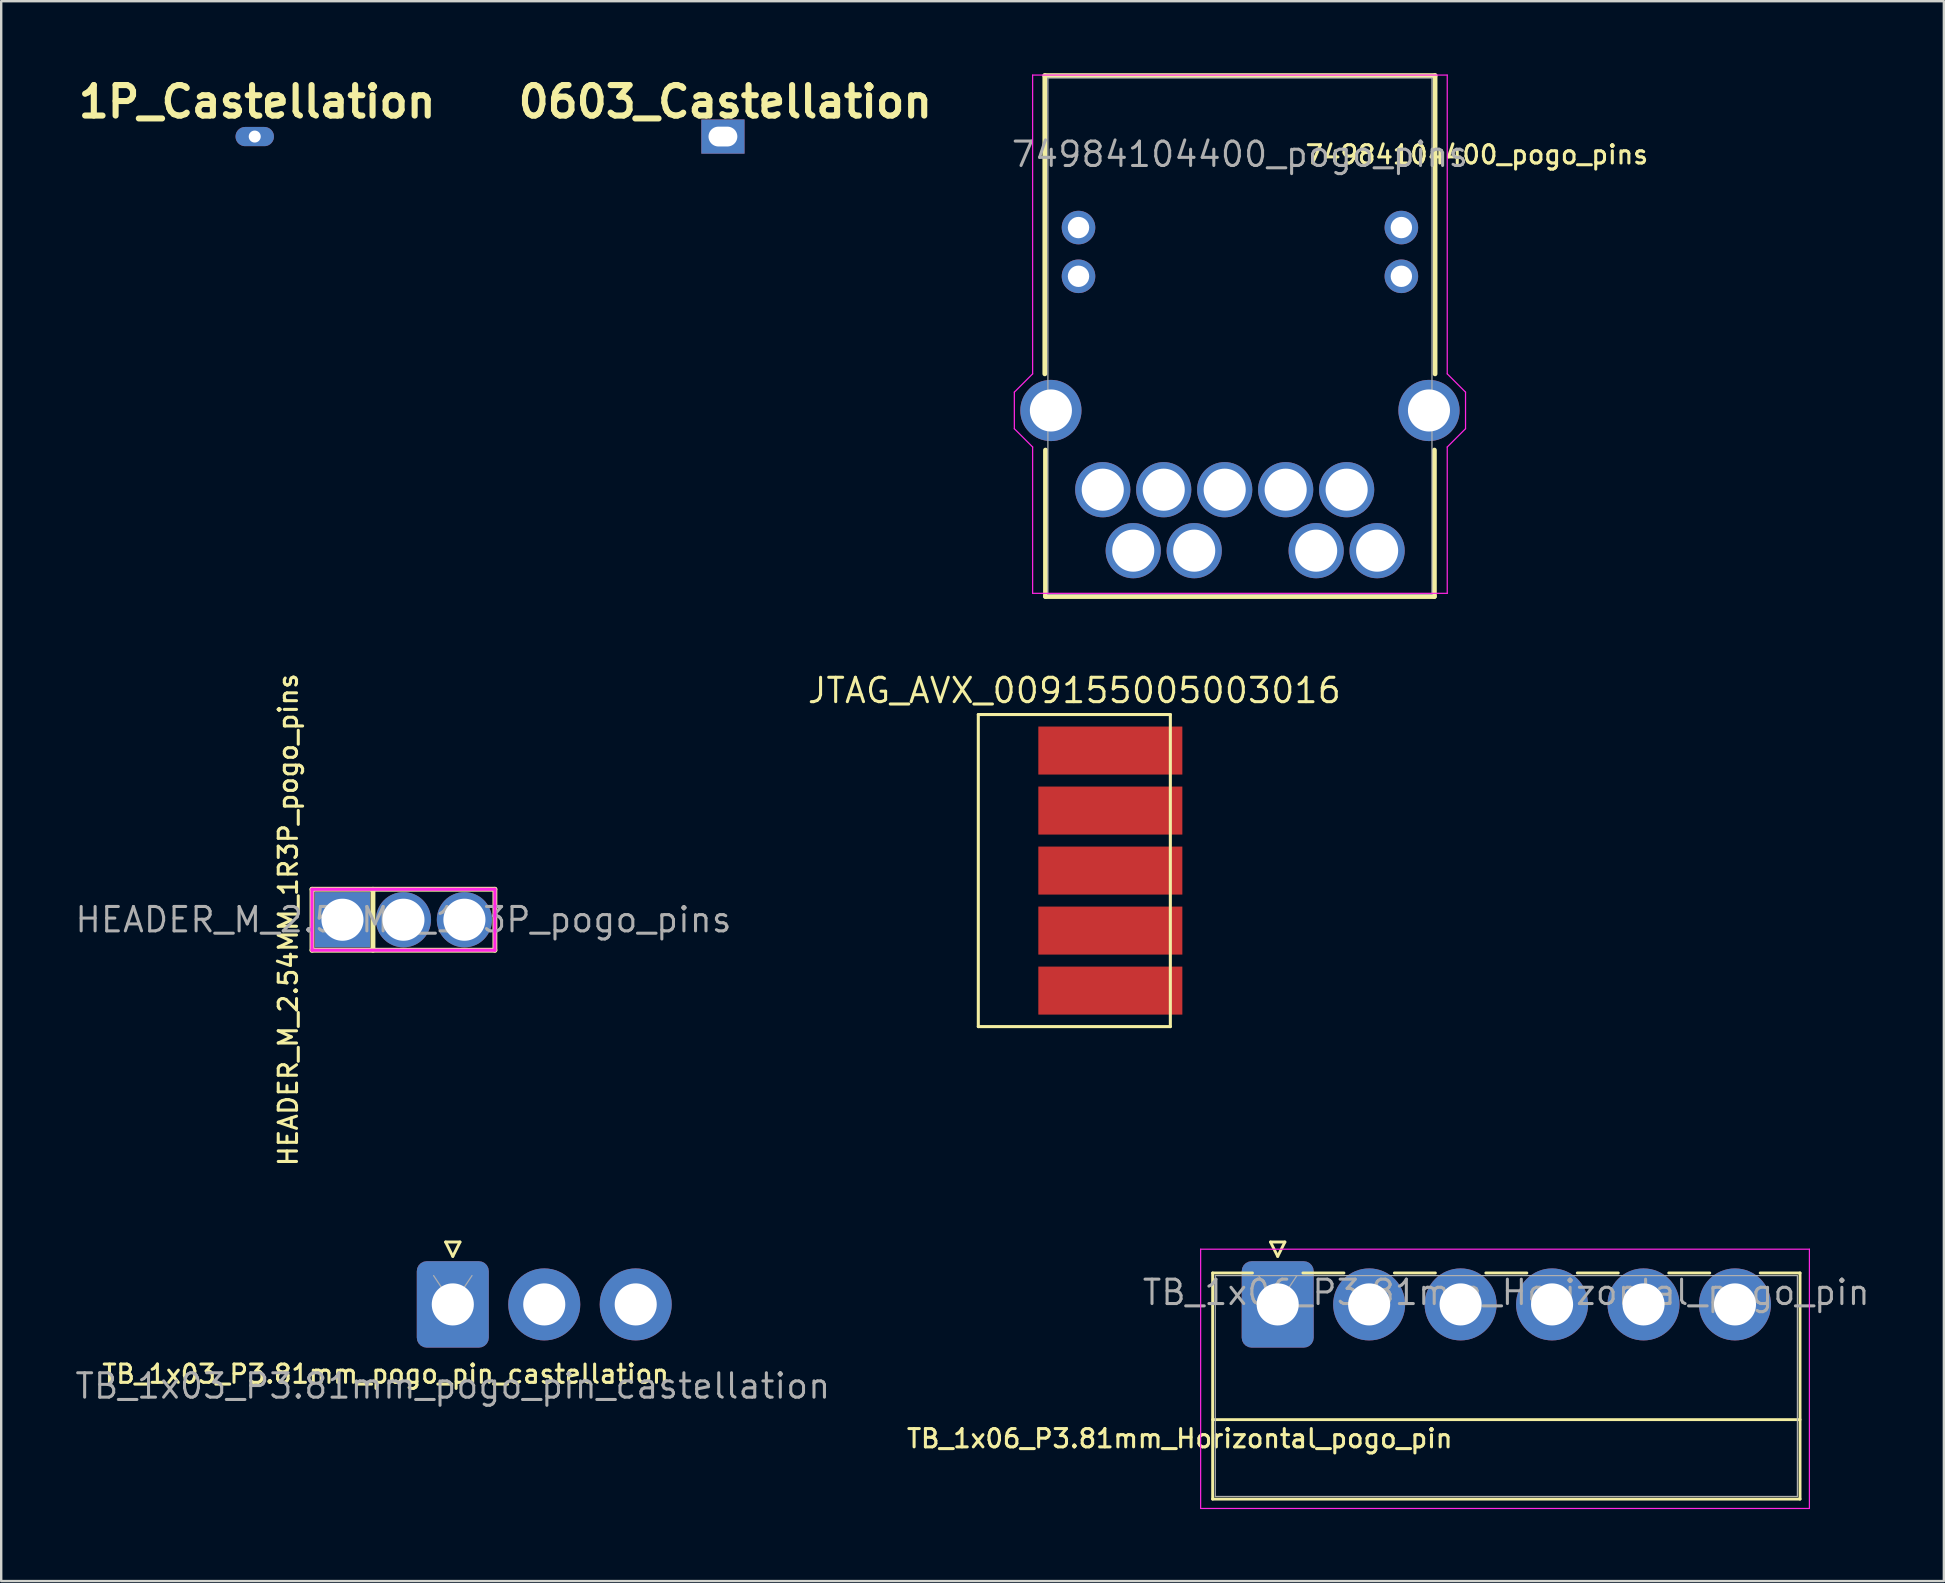
<source format=kicad_pcb>
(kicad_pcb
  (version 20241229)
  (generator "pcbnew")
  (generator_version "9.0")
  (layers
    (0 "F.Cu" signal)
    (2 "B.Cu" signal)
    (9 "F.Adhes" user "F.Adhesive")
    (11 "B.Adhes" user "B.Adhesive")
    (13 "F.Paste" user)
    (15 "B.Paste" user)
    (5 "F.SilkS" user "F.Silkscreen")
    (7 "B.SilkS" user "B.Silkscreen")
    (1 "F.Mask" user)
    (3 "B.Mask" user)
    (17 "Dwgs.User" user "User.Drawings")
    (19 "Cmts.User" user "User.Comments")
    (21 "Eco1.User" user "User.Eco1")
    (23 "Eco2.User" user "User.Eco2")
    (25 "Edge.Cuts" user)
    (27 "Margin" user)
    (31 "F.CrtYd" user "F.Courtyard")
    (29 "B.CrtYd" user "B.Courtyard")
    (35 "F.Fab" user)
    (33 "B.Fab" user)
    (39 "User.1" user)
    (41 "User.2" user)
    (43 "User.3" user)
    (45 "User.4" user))
  (footprint "74984104400_pogo_pins"
    (layer "F.Cu")
    (at 48.604 11)
    (property "Reference" "74984104400_pogo_pins" (at 9.87 -7.16 180) (layer "F.SilkS") (effects (font (size 0.762 0.762) (thickness 0.127)) (justify bottom)))
    (attr through_hole)
    (fp_line (start -8.128 -10.9) (end -8.128 1.524) (stroke (width 0.2) (type solid)) (layer "F.SilkS"))
    (fp_line (start -8.128 -10.9) (end 8.128 -10.9) (stroke (width 0.2) (type solid)) (layer "F.SilkS"))
    (fp_line (start -8.1 4.7) (end -8.1 10.8) (stroke (width 0.2) (type solid)) (layer "F.SilkS"))
    (fp_line (start -8.1 10.8) (end 8.1 10.8) (stroke (width 0.2) (type solid)) (layer "F.SilkS"))
    (fp_line (start 8.1 10.8) (end 8.1 4.7) (stroke (width 0.2) (type solid)) (layer "F.SilkS"))
    (fp_line (start 8.128 -10.9) (end 8.128 1.524) (stroke (width 0.2) (type solid)) (layer "F.SilkS"))
    (fp_line (start -9.398 2.286) (end -9.398 3.81) (stroke (width 0.051) (type solid)) (layer "F.CrtYd"))
    (fp_line (start -9.398 3.81) (end -8.636 4.572) (stroke (width 0.051) (type solid)) (layer "F.CrtYd"))
    (fp_line (start -8.636 -10.922) (end 8.636 -10.922) (stroke (width 0.051) (type solid)) (layer "F.CrtYd"))
    (fp_line (start -8.636 1.524) (end -9.398 2.286) (stroke (width 0.051) (type solid)) (layer "F.CrtYd"))
    (fp_line (start -8.636 1.524) (end -8.636 -10.922) (stroke (width 0.051) (type solid)) (layer "F.CrtYd"))
    (fp_line (start -8.636 4.572) (end -8.636 10.668) (stroke (width 0.051) (type solid)) (layer "F.CrtYd"))
    (fp_line (start 8.636 -10.922) (end 8.636 1.524) (stroke (width 0.051) (type solid)) (layer "F.CrtYd"))
    (fp_line (start 8.636 1.524) (end 9.398 2.286) (stroke (width 0.051) (type solid)) (layer "F.CrtYd"))
    (fp_line (start 8.636 4.572) (end 8.636 10.668) (stroke (width 0.051) (type solid)) (layer "F.CrtYd"))
    (fp_line (start 8.636 10.668) (end -8.636 10.668) (stroke (width 0.051) (type solid)) (layer "F.CrtYd"))
    (fp_line (start 9.398 2.286) (end 9.398 3.81) (stroke (width 0.051) (type solid)) (layer "F.CrtYd"))
    (fp_line (start 9.398 3.81) (end 8.636 4.572) (stroke (width 0.051) (type solid)) (layer "F.CrtYd"))
    (fp_line (start -8 -10.8) (end 8 -10.8) (stroke (width 0.051) (type solid)) (layer "F.Fab"))
    (fp_line (start -8 10.7) (end -8 -10.8) (stroke (width 0.051) (type solid)) (layer "F.Fab"))
    (fp_line (start 8 -10.8) (end 8 10.7) (stroke (width 0.051) (type solid)) (layer "F.Fab"))
    (fp_line (start 8 10.7) (end -8 10.7) (stroke (width 0.051) (type solid)) (layer "F.Fab"))
    (fp_text user "${REFERENCE}" (at 0 -7.62 180) (layer "F.Fab") (effects (font (size 1.016 1.016) (thickness 0.127))))
    (pad "1" thru_hole circle (at -5.715 6.35) (size 2.3 2.3) (drill 1.753) (layers "*.Cu" "*.Mask"))
    (pad "2" thru_hole circle (at -4.445 8.89) (size 2.3 2.3) (drill 1.753) (layers "*.Cu" "*.Mask"))
    (pad "3" thru_hole circle (at -3.175 6.35) (size 2.3 2.3) (drill 1.753) (layers "*.Cu" "*.Mask"))
    (pad "4" thru_hole circle (at -1.905 8.89) (size 2.3 2.3) (drill 1.753) (layers "*.Cu" "*.Mask"))
    (pad "5" thru_hole circle (at -0.635 6.35) (size 2.3 2.3) (drill 1.753) (layers "*.Cu" "*.Mask"))
    (pad "7" thru_hole circle (at 1.905 6.35) (size 2.3 2.3) (drill 1.753) (layers "*.Cu" "*.Mask"))
    (pad "8" thru_hole circle (at 3.175 8.89) (size 2.3 2.3) (drill 1.753) (layers "*.Cu" "*.Mask"))
    (pad "9" thru_hole circle (at 4.445 6.35) (size 2.3 2.3) (drill 1.753) (layers "*.Cu" "*.Mask"))
    (pad "10" thru_hole circle (at 5.715 8.89) (size 2.3 2.3) (drill 1.753) (layers "*.Cu" "*.Mask"))
    (pad "11" thru_hole circle (at -6.725 -2.54) (size 1.398 1.398) (drill 0.89) (layers "*.Cu" "*.Mask"))
    (pad "12" thru_hole circle (at -6.725 -4.57) (size 1.398 1.398) (drill 0.89) (layers "*.Cu" "*.Mask"))
    (pad "13" thru_hole circle (at 6.725 -2.54) (size 1.398 1.398) (drill 0.89) (layers "*.Cu" "*.Mask"))
    (pad "14" thru_hole circle (at 6.725 -4.57) (size 1.398 1.398) (drill 0.89) (layers "*.Cu" "*.Mask"))
    (pad "15" thru_hole circle (at -7.875 3.05) (size 2.55 2.55) (drill 1.753) (layers "*.Cu" "*.Mask"))
    (pad "16" thru_hole circle (at 7.875 3.05) (size 2.55 2.55) (drill 1.753) (layers "*.Cu" "*.Mask")))
  (footprint "0603_Castellation"
    (layer "F.Cu")
    (at 27.066 2.639)
    (property "Reference" "0603_Castellation" (at 0.1 -1.45 180) (layer "F.SilkS") (effects (font (size 1.27 1.27) (thickness 0.254))))
    (attr smd)
    (pad "1" thru_hole rect (at 0 0 90) (size 1.425 1.8) (drill oval 0.825 1.2) (layers "*.Cu" "*.Mask")))
  (footprint "1P_Castellation"
    (layer "F.Cu")
    (at 7.562 2.639)
    (property "Reference" "1P_Castellation" (at 0.1 -1.45 180) (layer "F.SilkS") (effects (font (size 1.27 1.27) (thickness 0.254))))
    (attr smd)
    (pad "1" thru_hole oval (at 0 0 90) (size 0.8 1.6) (drill 0.5) (layers "*.Cu" "*.Mask")))
  (footprint "JTAG_AVX_009155005003016"
    (layer "F.Cu")
    (at 41.705 33.217)
    (property "Reference" "JTAG_AVX_009155005003016" (at 0 -7.5 0) (layer "F.SilkS") (effects (font (size 1.016 1.016) (thickness 0.127))))
    (attr exclude_from_pos_files exclude_from_bom)
    (fp_line (start -4 -6.5) (end -4 6.5) (stroke (width 0.127) (type solid)) (layer "F.SilkS"))
    (fp_line (start -4 6.5) (end 4 6.5) (stroke (width 0.127) (type solid)) (layer "F.SilkS"))
    (fp_line (start 4 -6.5) (end -4 -6.5) (stroke (width 0.127) (type solid)) (layer "F.SilkS"))
    (fp_line (start 4 6.5) (end 4 -6.5) (stroke (width 0.127) (type solid)) (layer "F.SilkS"))
    (pad "1" smd rect (at 1.5 -5) (size 6 2) (layers "F.Cu" "F.Mask" "F.Paste"))
    (pad "2" smd rect (at 1.5 -2.5) (size 6 2) (layers "F.Cu" "F.Mask" "F.Paste"))
    (pad "3" smd rect (at 1.5 0) (size 6 2) (layers "F.Cu" "F.Mask" "F.Paste"))
    (pad "4" smd rect (at 1.5 2.5) (size 6 2) (layers "F.Cu" "F.Mask" "F.Paste"))
    (pad "5" smd rect (at 1.5 5) (size 6 2) (layers "F.Cu" "F.Mask" "F.Paste")))
  (footprint "TB_1x03_P3.81mm_pogo_pin_castellation"
    (layer "F.Cu")
    (at 15.813 51.29)
    (property "Reference" "TB_1x03_P3.81mm_pogo_pin_castellation" (at -2.8 2.9 180) (layer "F.SilkS") (effects (font (size 0.762 0.762) (thickness 0.127))))
    (attr through_hole)
    (fp_line (start -0.3 -2.6) (end 0.3 -2.6) (stroke (width 0.12) (type solid)) (layer "F.SilkS"))
    (fp_line (start 0 -2) (end -0.3 -2.6) (stroke (width 0.12) (type solid)) (layer "F.SilkS"))
    (fp_line (start 0.3 -2.6) (end 0 -2) (stroke (width 0.12) (type solid)) (layer "F.SilkS"))
    (fp_line (start 0 0) (end -0.8 -1.2) (stroke (width 0.051) (type solid)) (layer "F.Fab"))
    (fp_line (start 0.8 -1.2) (end 0 0) (stroke (width 0.051) (type solid)) (layer "F.Fab"))
    (fp_text user "${REFERENCE}" (at 0 3.4 0) (layer "F.Fab") (effects (font (size 1.016 1.016) (thickness 0.127))))
    (pad "1" thru_hole roundrect (at 0 0) (size 3 3.6) (drill 1.753) (layers "*.Cu" "*.Mask") (roundrect_rratio 0.139))
    (pad "2" thru_hole circle (at 3.81 0) (size 3 3) (drill 1.753) (layers "*.Cu" "*.Mask"))
    (pad "3" thru_hole circle (at 7.62 0) (size 3 3) (drill 1.753) (layers "*.Cu" "*.Mask")))
  (footprint "TB_1x06_P3.81mm_Horizontal_pogo_pin"
    (layer "F.Cu")
    (at 50.177 51.29)
    (property "Reference" "TB_1x06_P3.81mm_Horizontal_pogo_pin" (at -4.08 5.588 180) (layer "F.SilkS") (effects (font (size 0.762 0.762) (thickness 0.127))))
    (attr through_hole)
    (fp_line (start -2.71 -1.31) (end -2.71 8.11) (stroke (width 0.12) (type solid)) (layer "F.SilkS"))
    (fp_line (start -2.71 -1.31) (end -1.05 -1.31) (stroke (width 0.12) (type solid)) (layer "F.SilkS"))
    (fp_line (start -2.71 4.8) (end 21.76 4.8) (stroke (width 0.12) (type solid)) (layer "F.SilkS"))
    (fp_line (start -2.71 8.11) (end 21.76 8.11) (stroke (width 0.12) (type solid)) (layer "F.SilkS"))
    (fp_line (start -0.3 -2.6) (end 0.3 -2.6) (stroke (width 0.12) (type solid)) (layer "F.SilkS"))
    (fp_line (start 0 -2) (end -0.3 -2.6) (stroke (width 0.12) (type solid)) (layer "F.SilkS"))
    (fp_line (start 0.3 -2.6) (end 0 -2) (stroke (width 0.12) (type solid)) (layer "F.SilkS"))
    (fp_line (start 1.05 -1.31) (end 2.76 -1.31) (stroke (width 0.12) (type solid)) (layer "F.SilkS"))
    (fp_line (start 4.86 -1.31) (end 6.57 -1.31) (stroke (width 0.12) (type solid)) (layer "F.SilkS"))
    (fp_line (start 8.67 -1.31) (end 10.38 -1.31) (stroke (width 0.12) (type solid)) (layer "F.SilkS"))
    (fp_line (start 12.48 -1.31) (end 14.19 -1.31) (stroke (width 0.12) (type solid)) (layer "F.SilkS"))
    (fp_line (start 16.29 -1.31) (end 18 -1.31) (stroke (width 0.12) (type solid)) (layer "F.SilkS"))
    (fp_line (start 21.76 -1.31) (end 20.1 -1.31) (stroke (width 0.12) (type solid)) (layer "F.SilkS"))
    (fp_line (start 21.76 8.11) (end 21.76 -1.31) (stroke (width 0.12) (type solid)) (layer "F.SilkS"))
    (fp_line (start -3.21 -2.3) (end -3.21 8.5) (stroke (width 0.05) (type solid)) (layer "F.CrtYd"))
    (fp_line (start -3.21 8.5) (end 22.15 8.5) (stroke (width 0.05) (type solid)) (layer "F.CrtYd"))
    (fp_line (start 22.15 -2.3) (end -3.21 -2.3) (stroke (width 0.05) (type solid)) (layer "F.CrtYd"))
    (fp_line (start 22.15 8.5) (end 22.15 -2.3) (stroke (width 0.05) (type solid)) (layer "F.CrtYd"))
    (fp_line (start -2.6 -1.2) (end -2.6 8) (stroke (width 0.051) (type solid)) (layer "F.Fab"))
    (fp_line (start -2.6 8) (end 21.65 8) (stroke (width 0.051) (type solid)) (layer "F.Fab"))
    (fp_line (start 0 0) (end -0.8 -1.2) (stroke (width 0.051) (type solid)) (layer "F.Fab"))
    (fp_line (start 0.8 -1.2) (end 0 0) (stroke (width 0.051) (type solid)) (layer "F.Fab"))
    (fp_line (start 21.65 -1.2) (end -2.6 -1.2) (stroke (width 0.051) (type solid)) (layer "F.Fab"))
    (fp_line (start 21.65 8) (end 21.65 -1.2) (stroke (width 0.051) (type solid)) (layer "F.Fab"))
    (fp_text user "${REFERENCE}" (at 9.52 -0.5 0) (layer "F.Fab") (effects (font (size 1.016 1.016) (thickness 0.127))))
    (pad "1" thru_hole roundrect (at 0 0) (size 3 3.6) (drill 1.753) (layers "*.Cu" "*.Mask") (roundrect_rratio 0.139))
    (pad "2" thru_hole circle (at 3.81 0) (size 3 3) (drill 1.753) (layers "*.Cu" "*.Mask"))
    (pad "3" thru_hole circle (at 7.62 0) (size 3 3) (drill 1.753) (layers "*.Cu" "*.Mask"))
    (pad "4" thru_hole circle (at 11.43 0) (size 3 3) (drill 1.753) (layers "*.Cu" "*.Mask"))
    (pad "5" thru_hole circle (at 15.24 0) (size 3 3) (drill 1.753) (layers "*.Cu" "*.Mask"))
    (pad "6" thru_hole circle (at 19.05 0) (size 3 3) (drill 1.753) (layers "*.Cu" "*.Mask")))
  (footprint "HEADER_M_2.54MM_1R3P_pogo_pins"
    (layer "F.Cu")
    (at 13.757 35.265)
    (property "Reference" "HEADER_M_2.54MM_1R3P_pogo_pins" (at -4.8 0 90) (layer "F.SilkS") (effects (font (size 0.762 0.762) (thickness 0.127))))
    (attr through_hole)
    (fp_line (start -3.81 -1.27) (end -3.81 1.27) (stroke (width 0.203) (type solid)) (layer "F.SilkS"))
    (fp_line (start -3.81 1.27) (end 3.81 1.27) (stroke (width 0.203) (type solid)) (layer "F.SilkS"))
    (fp_line (start -1.27 -1.27) (end -1.27 1.27) (stroke (width 0.203) (type solid)) (layer "F.SilkS"))
    (fp_line (start 3.81 -1.27) (end -3.81 -1.27) (stroke (width 0.203) (type solid)) (layer "F.SilkS"))
    (fp_line (start 3.81 1.27) (end 3.81 -1.27) (stroke (width 0.203) (type solid)) (layer "F.SilkS"))
    (fp_line (start -3.81 -1.27) (end 3.81 -1.27) (stroke (width 0.127) (type solid)) (layer "F.CrtYd"))
    (fp_line (start -3.81 1.27) (end -3.81 -1.27) (stroke (width 0.127) (type solid)) (layer "F.CrtYd"))
    (fp_line (start 3.81 -1.27) (end 3.81 1.27) (stroke (width 0.127) (type solid)) (layer "F.CrtYd"))
    (fp_line (start 3.81 1.27) (end -3.81 1.27) (stroke (width 0.127) (type solid)) (layer "F.CrtYd"))
    (fp_line (start -3.81 -1.27) (end 3.81 -1.27) (stroke (width 0.051) (type solid)) (layer "F.Fab"))
    (fp_line (start -3.81 1.27) (end -3.81 -1.27) (stroke (width 0.051) (type solid)) (layer "F.Fab"))
    (fp_line (start 3.81 -1.27) (end 3.81 1.27) (stroke (width 0.051) (type solid)) (layer "F.Fab"))
    (fp_line (start 3.81 1.27) (end -3.81 1.27) (stroke (width 0.051) (type solid)) (layer "F.Fab"))
    (fp_text user "${REFERENCE}" (at 0 0 180) (layer "F.Fab") (effects (font (size 1.016 1.016) (thickness 0.127))))
    (pad "1" thru_hole rect (at -2.54 0) (size 2.3 2.3) (drill 1.753) (layers "*.Cu" "*.Mask"))
    (pad "2" thru_hole circle (at 0 0) (size 2.3 2.3) (drill 1.753) (layers "*.Cu" "*.Mask"))
    (pad "3" thru_hole circle (at 2.54 0) (size 2.3 2.3) (drill 1.753) (layers "*.Cu" "*.Mask")))
  (gr_rect
    (start -3 -3)
    (end 77.929 62.815)
    (stroke (width 0.1) (type default))
    (fill no)
    (layer "Edge.Cuts")))
</source>
